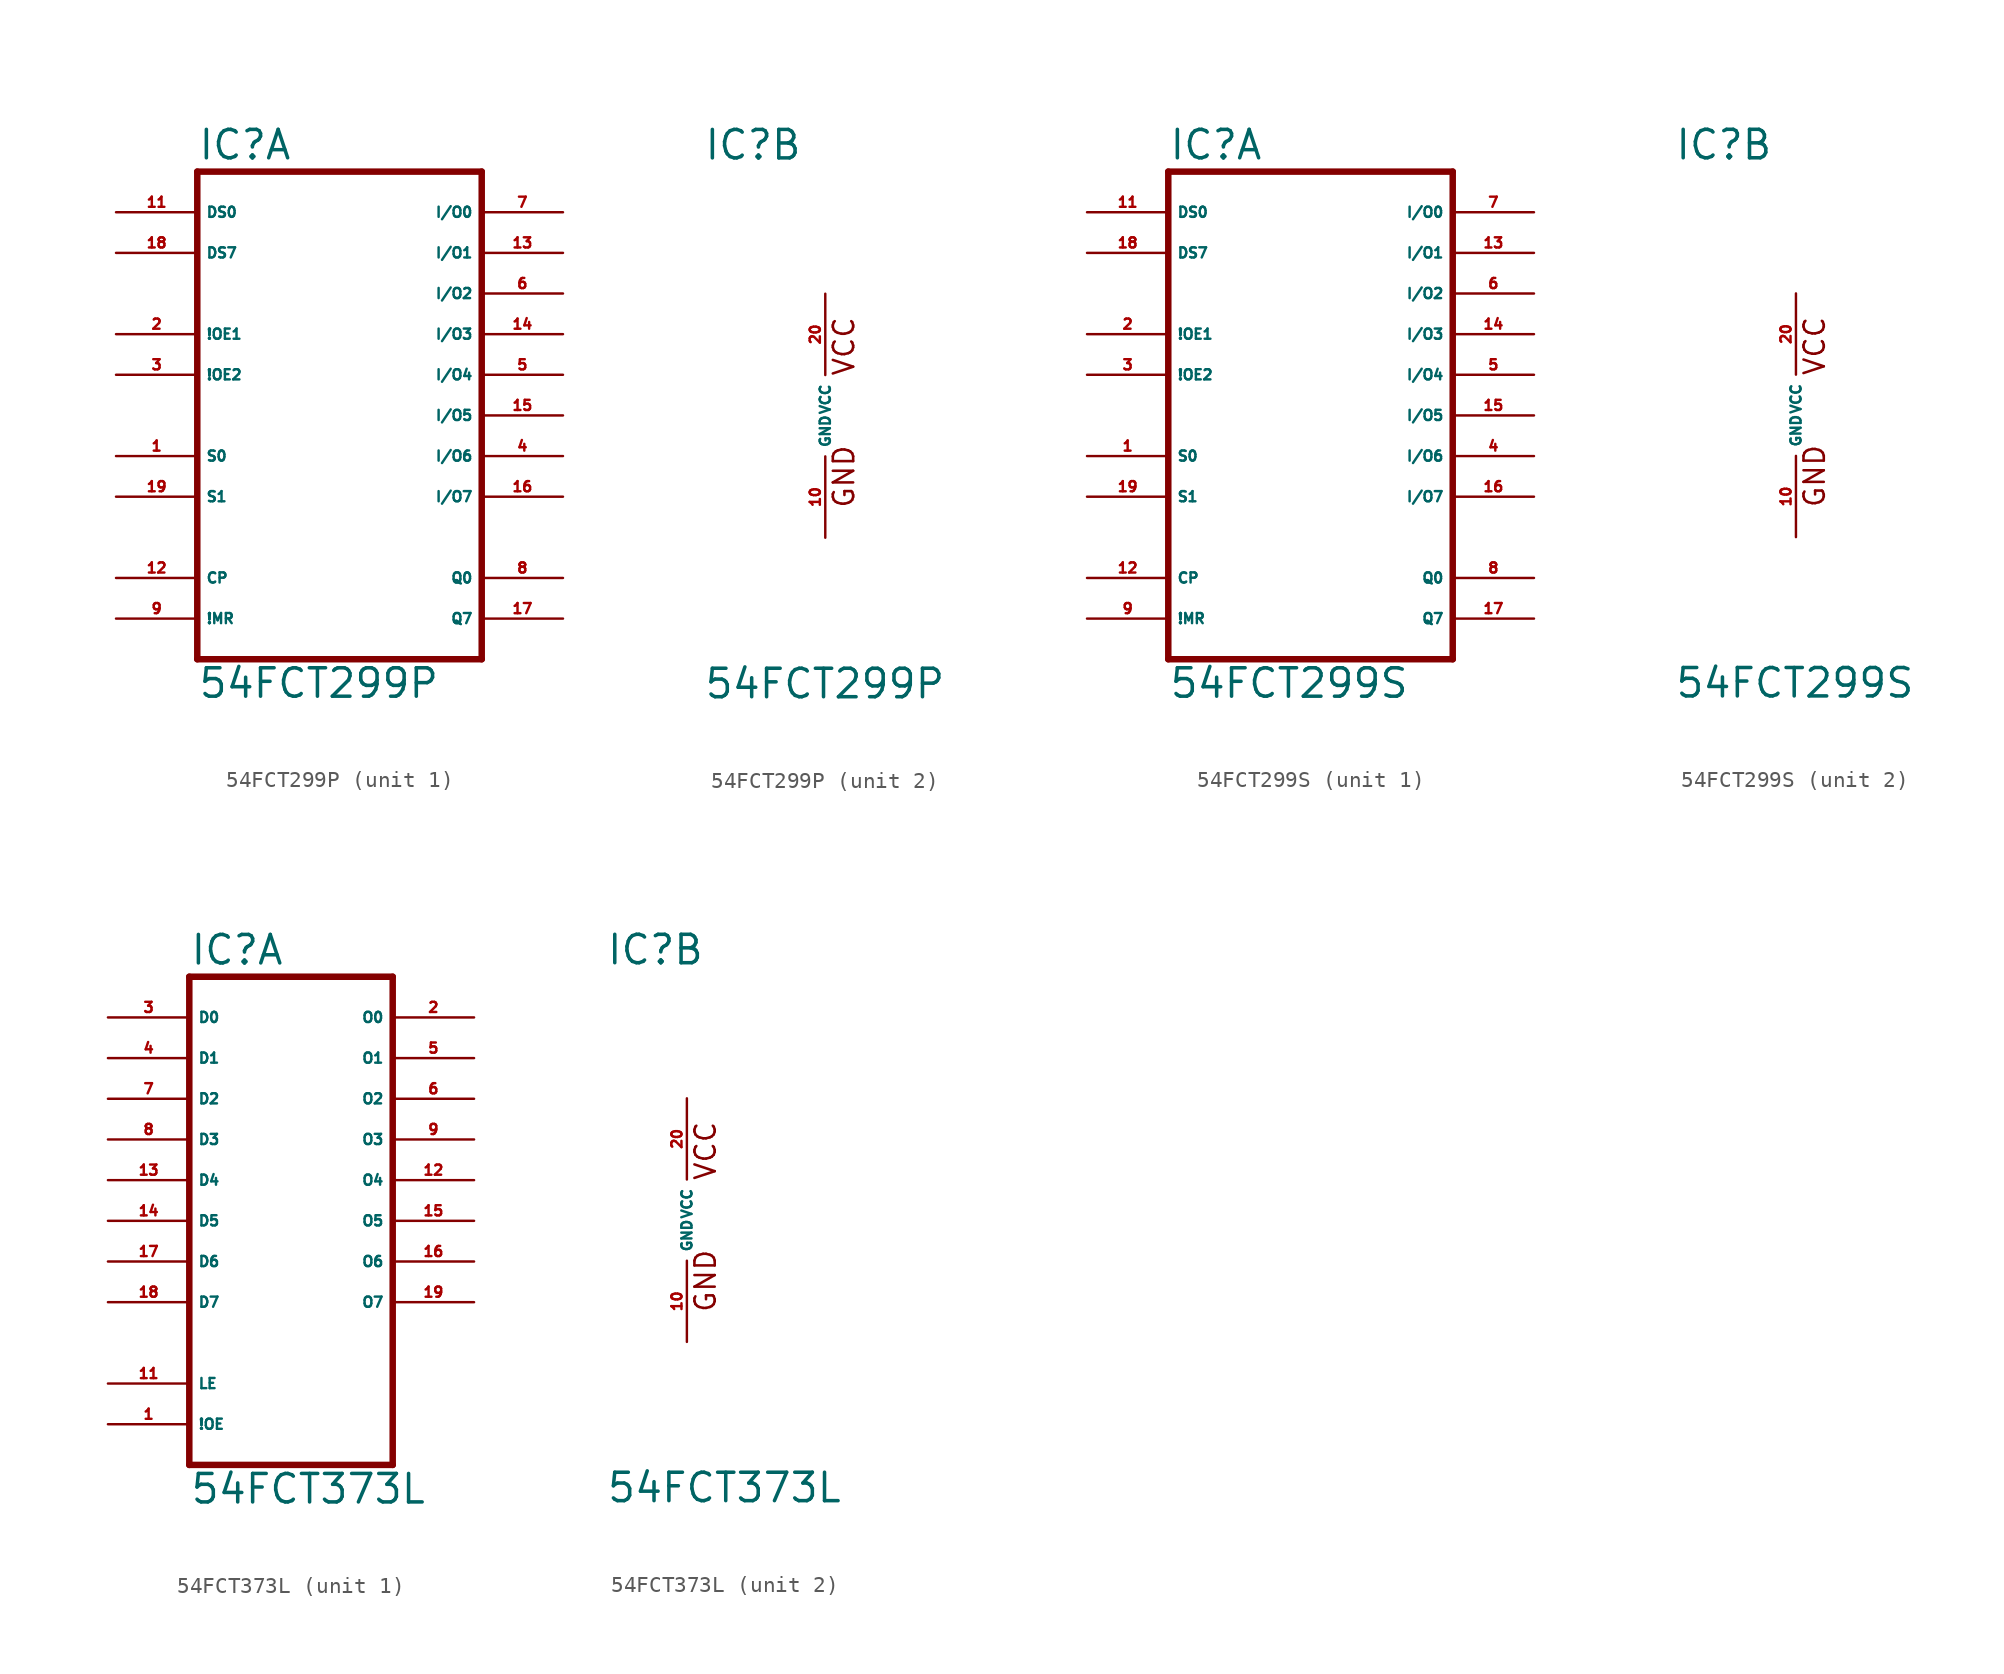
<source format=kicad_sym>
(kicad_symbol_lib
  (version 20220914)
  (generator Eagle2Kicad)
  (symbol "54FCT299P"
    (property "Reference" "IC"
      (at -7.62 15.875 0)
      (effects (font (size 1.778 1.778) (thickness 0.22)) (justify left bottom)))
    (property "Value" "54FCT299P"
      (at -7.62 -17.78 0)
      (effects (font (size 1.778 1.778) (thickness 0.22)) (justify left bottom)))
    (symbol "54FCT299P_1_0"
      (polyline (pts (xy -7.62 -15.24) (xy 10.16 -15.24)) (stroke (width 0.406) (type default)) (fill (type none)))
      (polyline (pts (xy 10.16 -15.24) (xy 10.16 15.24)) (stroke (width 0.406) (type default)) (fill (type none)))
      (polyline (pts (xy 10.16 15.24) (xy -7.62 15.24)) (stroke (width 0.406) (type default)) (fill (type none)))
      (polyline (pts (xy -7.62 15.24) (xy -7.62 -15.24)) (stroke (width 0.406) (type default)) (fill (type none)))
      (pin bidirectional line (at 15.24 -5.08 180) (length 5.08) (name "I/O7" (effects (font (size 0.635 0.635) (thickness 0.08)) (justify left bottom))) (number "16" (effects (font (size 0.635 0.635) (thickness 0.08)) (justify left bottom))))
      (pin bidirectional line (at 15.24 -2.54 180) (length 5.08) (name "I/O6" (effects (font (size 0.635 0.635) (thickness 0.08)) (justify left bottom))) (number "4" (effects (font (size 0.635 0.635) (thickness 0.08)) (justify left bottom))))
      (pin bidirectional line (at 15.24 0 180) (length 5.08) (name "I/O5" (effects (font (size 0.635 0.635) (thickness 0.08)) (justify left bottom))) (number "15" (effects (font (size 0.635 0.635) (thickness 0.08)) (justify left bottom))))
      (pin bidirectional line (at 15.24 2.54 180) (length 5.08) (name "I/O4" (effects (font (size 0.635 0.635) (thickness 0.08)) (justify left bottom))) (number "5" (effects (font (size 0.635 0.635) (thickness 0.08)) (justify left bottom))))
      (pin bidirectional line (at 15.24 5.08 180) (length 5.08) (name "I/O3" (effects (font (size 0.635 0.635) (thickness 0.08)) (justify left bottom))) (number "14" (effects (font (size 0.635 0.635) (thickness 0.08)) (justify left bottom))))
      (pin bidirectional line (at 15.24 7.62 180) (length 5.08) (name "I/O2" (effects (font (size 0.635 0.635) (thickness 0.08)) (justify left bottom))) (number "6" (effects (font (size 0.635 0.635) (thickness 0.08)) (justify left bottom))))
      (pin bidirectional line (at 15.24 10.16 180) (length 5.08) (name "I/O1" (effects (font (size 0.635 0.635) (thickness 0.08)) (justify left bottom))) (number "13" (effects (font (size 0.635 0.635) (thickness 0.08)) (justify left bottom))))
      (pin bidirectional line (at 15.24 12.7 180) (length 5.08) (name "I/O0" (effects (font (size 0.635 0.635) (thickness 0.08)) (justify left bottom))) (number "7" (effects (font (size 0.635 0.635) (thickness 0.08)) (justify left bottom))))
      (pin bidirectional line (at -12.7 12.7 0) (length 5.08) (name "DS0" (effects (font (size 0.635 0.635) (thickness 0.08)) (justify left bottom))) (number "11" (effects (font (size 0.635 0.635) (thickness 0.08)) (justify left bottom))))
      (pin bidirectional line (at -12.7 10.16 0) (length 5.08) (name "DS7" (effects (font (size 0.635 0.635) (thickness 0.08)) (justify left bottom))) (number "18" (effects (font (size 0.635 0.635) (thickness 0.08)) (justify left bottom))))
      (pin bidirectional line (at -12.7 5.08 0) (length 5.08) (name "!OE1" (effects (font (size 0.635 0.635) (thickness 0.08)) (justify left bottom))) (number "2" (effects (font (size 0.635 0.635) (thickness 0.08)) (justify left bottom))))
      (pin bidirectional line (at -12.7 2.54 0) (length 5.08) (name "!OE2" (effects (font (size 0.635 0.635) (thickness 0.08)) (justify left bottom))) (number "3" (effects (font (size 0.635 0.635) (thickness 0.08)) (justify left bottom))))
      (pin bidirectional line (at -12.7 -2.54 0) (length 5.08) (name "S0" (effects (font (size 0.635 0.635) (thickness 0.08)) (justify left bottom))) (number "1" (effects (font (size 0.635 0.635) (thickness 0.08)) (justify left bottom))))
      (pin bidirectional line (at -12.7 -5.08 0) (length 5.08) (name "S1" (effects (font (size 0.635 0.635) (thickness 0.08)) (justify left bottom))) (number "19" (effects (font (size 0.635 0.635) (thickness 0.08)) (justify left bottom))))
      (pin bidirectional line (at -12.7 -10.16 0) (length 5.08) (name "CP" (effects (font (size 0.635 0.635) (thickness 0.08)) (justify left bottom))) (number "12" (effects (font (size 0.635 0.635) (thickness 0.08)) (justify left bottom))))
      (pin bidirectional line (at -12.7 -12.7 0) (length 5.08) (name "!MR" (effects (font (size 0.635 0.635) (thickness 0.08)) (justify left bottom))) (number "9" (effects (font (size 0.635 0.635) (thickness 0.08)) (justify left bottom))))
      (pin output line (at 15.24 -10.16 180) (length 5.08) (name "Q0" (effects (font (size 0.635 0.635) (thickness 0.08)) (justify left bottom))) (number "8" (effects (font (size 0.635 0.635) (thickness 0.08)) (justify left bottom))))
      (pin output line (at 15.24 -12.7 180) (length 5.08) (name "Q7" (effects (font (size 0.635 0.635) (thickness 0.08)) (justify left bottom))) (number "17" (effects (font (size 0.635 0.635) (thickness 0.08)) (justify left bottom)))))
    (symbol "54FCT299P_2_0"
      (text "GND" (at 1.905 -5.842 900) (effects (font (size 1.27 1.27) (thickness 0.16)) (justify left bottom)))
      (text "VCC" (at 1.905 2.413 900) (effects (font (size 1.27 1.27) (thickness 0.16)) (justify left bottom)))
      (pin unspecified line (at 0 7.62 270) (length 5.08) (name "VCC" (effects (font (size 0.635 0.635) (thickness 0.08)) (justify left bottom))) (number "20" (effects (font (size 0.635 0.635) (thickness 0.08)) (justify left bottom))))
      (pin unspecified line (at 0 -7.62 90) (length 5.08) (name "GND" (effects (font (size 0.635 0.635) (thickness 0.08)) (justify left bottom))) (number "10" (effects (font (size 0.635 0.635) (thickness 0.08)) (justify left bottom))))))
  (symbol "54FCT299S"
    (property "Reference" "IC"
      (at -7.62 15.875 0)
      (effects (font (size 1.778 1.778) (thickness 0.22)) (justify left bottom)))
    (property "Value" "54FCT299S"
      (at -7.62 -17.78 0)
      (effects (font (size 1.778 1.778) (thickness 0.22)) (justify left bottom)))
    (symbol "54FCT299S_1_0"
      (polyline (pts (xy -7.62 -15.24) (xy 10.16 -15.24)) (stroke (width 0.406) (type default)) (fill (type none)))
      (polyline (pts (xy 10.16 -15.24) (xy 10.16 15.24)) (stroke (width 0.406) (type default)) (fill (type none)))
      (polyline (pts (xy 10.16 15.24) (xy -7.62 15.24)) (stroke (width 0.406) (type default)) (fill (type none)))
      (polyline (pts (xy -7.62 15.24) (xy -7.62 -15.24)) (stroke (width 0.406) (type default)) (fill (type none)))
      (pin bidirectional line (at 15.24 -5.08 180) (length 5.08) (name "I/O7" (effects (font (size 0.635 0.635) (thickness 0.08)) (justify left bottom))) (number "16" (effects (font (size 0.635 0.635) (thickness 0.08)) (justify left bottom))))
      (pin bidirectional line (at 15.24 -2.54 180) (length 5.08) (name "I/O6" (effects (font (size 0.635 0.635) (thickness 0.08)) (justify left bottom))) (number "4" (effects (font (size 0.635 0.635) (thickness 0.08)) (justify left bottom))))
      (pin bidirectional line (at 15.24 0 180) (length 5.08) (name "I/O5" (effects (font (size 0.635 0.635) (thickness 0.08)) (justify left bottom))) (number "15" (effects (font (size 0.635 0.635) (thickness 0.08)) (justify left bottom))))
      (pin bidirectional line (at 15.24 2.54 180) (length 5.08) (name "I/O4" (effects (font (size 0.635 0.635) (thickness 0.08)) (justify left bottom))) (number "5" (effects (font (size 0.635 0.635) (thickness 0.08)) (justify left bottom))))
      (pin bidirectional line (at 15.24 5.08 180) (length 5.08) (name "I/O3" (effects (font (size 0.635 0.635) (thickness 0.08)) (justify left bottom))) (number "14" (effects (font (size 0.635 0.635) (thickness 0.08)) (justify left bottom))))
      (pin bidirectional line (at 15.24 7.62 180) (length 5.08) (name "I/O2" (effects (font (size 0.635 0.635) (thickness 0.08)) (justify left bottom))) (number "6" (effects (font (size 0.635 0.635) (thickness 0.08)) (justify left bottom))))
      (pin bidirectional line (at 15.24 10.16 180) (length 5.08) (name "I/O1" (effects (font (size 0.635 0.635) (thickness 0.08)) (justify left bottom))) (number "13" (effects (font (size 0.635 0.635) (thickness 0.08)) (justify left bottom))))
      (pin bidirectional line (at 15.24 12.7 180) (length 5.08) (name "I/O0" (effects (font (size 0.635 0.635) (thickness 0.08)) (justify left bottom))) (number "7" (effects (font (size 0.635 0.635) (thickness 0.08)) (justify left bottom))))
      (pin bidirectional line (at -12.7 12.7 0) (length 5.08) (name "DS0" (effects (font (size 0.635 0.635) (thickness 0.08)) (justify left bottom))) (number "11" (effects (font (size 0.635 0.635) (thickness 0.08)) (justify left bottom))))
      (pin bidirectional line (at -12.7 10.16 0) (length 5.08) (name "DS7" (effects (font (size 0.635 0.635) (thickness 0.08)) (justify left bottom))) (number "18" (effects (font (size 0.635 0.635) (thickness 0.08)) (justify left bottom))))
      (pin bidirectional line (at -12.7 5.08 0) (length 5.08) (name "!OE1" (effects (font (size 0.635 0.635) (thickness 0.08)) (justify left bottom))) (number "2" (effects (font (size 0.635 0.635) (thickness 0.08)) (justify left bottom))))
      (pin bidirectional line (at -12.7 2.54 0) (length 5.08) (name "!OE2" (effects (font (size 0.635 0.635) (thickness 0.08)) (justify left bottom))) (number "3" (effects (font (size 0.635 0.635) (thickness 0.08)) (justify left bottom))))
      (pin bidirectional line (at -12.7 -2.54 0) (length 5.08) (name "S0" (effects (font (size 0.635 0.635) (thickness 0.08)) (justify left bottom))) (number "1" (effects (font (size 0.635 0.635) (thickness 0.08)) (justify left bottom))))
      (pin bidirectional line (at -12.7 -5.08 0) (length 5.08) (name "S1" (effects (font (size 0.635 0.635) (thickness 0.08)) (justify left bottom))) (number "19" (effects (font (size 0.635 0.635) (thickness 0.08)) (justify left bottom))))
      (pin bidirectional line (at -12.7 -10.16 0) (length 5.08) (name "CP" (effects (font (size 0.635 0.635) (thickness 0.08)) (justify left bottom))) (number "12" (effects (font (size 0.635 0.635) (thickness 0.08)) (justify left bottom))))
      (pin bidirectional line (at -12.7 -12.7 0) (length 5.08) (name "!MR" (effects (font (size 0.635 0.635) (thickness 0.08)) (justify left bottom))) (number "9" (effects (font (size 0.635 0.635) (thickness 0.08)) (justify left bottom))))
      (pin output line (at 15.24 -10.16 180) (length 5.08) (name "Q0" (effects (font (size 0.635 0.635) (thickness 0.08)) (justify left bottom))) (number "8" (effects (font (size 0.635 0.635) (thickness 0.08)) (justify left bottom))))
      (pin output line (at 15.24 -12.7 180) (length 5.08) (name "Q7" (effects (font (size 0.635 0.635) (thickness 0.08)) (justify left bottom))) (number "17" (effects (font (size 0.635 0.635) (thickness 0.08)) (justify left bottom)))))
    (symbol "54FCT299S_2_0"
      (text "GND" (at 1.905 -5.842 900) (effects (font (size 1.27 1.27) (thickness 0.16)) (justify left bottom)))
      (text "VCC" (at 1.905 2.413 900) (effects (font (size 1.27 1.27) (thickness 0.16)) (justify left bottom)))
      (pin unspecified line (at 0 7.62 270) (length 5.08) (name "VCC" (effects (font (size 0.635 0.635) (thickness 0.08)) (justify left bottom))) (number "20" (effects (font (size 0.635 0.635) (thickness 0.08)) (justify left bottom))))
      (pin unspecified line (at 0 -7.62 90) (length 5.08) (name "GND" (effects (font (size 0.635 0.635) (thickness 0.08)) (justify left bottom))) (number "10" (effects (font (size 0.635 0.635) (thickness 0.08)) (justify left bottom))))))
  (symbol "54FCT373L"
    (property "Reference" "IC"
      (at -5.08 15.875 0)
      (effects (font (size 1.778 1.778) (thickness 0.22)) (justify left bottom)))
    (property "Value" "54FCT373L"
      (at -5.08 -17.78 0)
      (effects (font (size 1.778 1.778) (thickness 0.22)) (justify left bottom)))
    (symbol "54FCT373L_1_0"
      (polyline (pts (xy -5.08 -15.24) (xy 7.62 -15.24)) (stroke (width 0.406) (type default)) (fill (type none)))
      (polyline (pts (xy 7.62 -15.24) (xy 7.62 15.24)) (stroke (width 0.406) (type default)) (fill (type none)))
      (polyline (pts (xy 7.62 15.24) (xy -5.08 15.24)) (stroke (width 0.406) (type default)) (fill (type none)))
      (polyline (pts (xy -5.08 15.24) (xy -5.08 -15.24)) (stroke (width 0.406) (type default)) (fill (type none)))
      (pin input line (at -10.16 12.7 0) (length 5.08) (name "D0" (effects (font (size 0.635 0.635) (thickness 0.08)) (justify left bottom))) (number "3" (effects (font (size 0.635 0.635) (thickness 0.08)) (justify left bottom))))
      (pin input line (at -10.16 10.16 0) (length 5.08) (name "D1" (effects (font (size 0.635 0.635) (thickness 0.08)) (justify left bottom))) (number "4" (effects (font (size 0.635 0.635) (thickness 0.08)) (justify left bottom))))
      (pin input line (at -10.16 7.62 0) (length 5.08) (name "D2" (effects (font (size 0.635 0.635) (thickness 0.08)) (justify left bottom))) (number "7" (effects (font (size 0.635 0.635) (thickness 0.08)) (justify left bottom))))
      (pin input line (at -10.16 5.08 0) (length 5.08) (name "D3" (effects (font (size 0.635 0.635) (thickness 0.08)) (justify left bottom))) (number "8" (effects (font (size 0.635 0.635) (thickness 0.08)) (justify left bottom))))
      (pin input line (at -10.16 2.54 0) (length 5.08) (name "D4" (effects (font (size 0.635 0.635) (thickness 0.08)) (justify left bottom))) (number "13" (effects (font (size 0.635 0.635) (thickness 0.08)) (justify left bottom))))
      (pin input line (at -10.16 0 0) (length 5.08) (name "D5" (effects (font (size 0.635 0.635) (thickness 0.08)) (justify left bottom))) (number "14" (effects (font (size 0.635 0.635) (thickness 0.08)) (justify left bottom))))
      (pin input line (at -10.16 -2.54 0) (length 5.08) (name "D6" (effects (font (size 0.635 0.635) (thickness 0.08)) (justify left bottom))) (number "17" (effects (font (size 0.635 0.635) (thickness 0.08)) (justify left bottom))))
      (pin input line (at -10.16 -5.08 0) (length 5.08) (name "D7" (effects (font (size 0.635 0.635) (thickness 0.08)) (justify left bottom))) (number "18" (effects (font (size 0.635 0.635) (thickness 0.08)) (justify left bottom))))
      (pin input line (at -10.16 -10.16 0) (length 5.08) (name "LE" (effects (font (size 0.635 0.635) (thickness 0.08)) (justify left bottom))) (number "11" (effects (font (size 0.635 0.635) (thickness 0.08)) (justify left bottom))))
      (pin input line (at -10.16 -12.7 0) (length 5.08) (name "!OE" (effects (font (size 0.635 0.635) (thickness 0.08)) (justify left bottom))) (number "1" (effects (font (size 0.635 0.635) (thickness 0.08)) (justify left bottom))))
      (pin output line (at 12.7 12.7 180) (length 5.08) (name "O0" (effects (font (size 0.635 0.635) (thickness 0.08)) (justify left bottom))) (number "2" (effects (font (size 0.635 0.635) (thickness 0.08)) (justify left bottom))))
      (pin output line (at 12.7 10.16 180) (length 5.08) (name "O1" (effects (font (size 0.635 0.635) (thickness 0.08)) (justify left bottom))) (number "5" (effects (font (size 0.635 0.635) (thickness 0.08)) (justify left bottom))))
      (pin output line (at 12.7 7.62 180) (length 5.08) (name "O2" (effects (font (size 0.635 0.635) (thickness 0.08)) (justify left bottom))) (number "6" (effects (font (size 0.635 0.635) (thickness 0.08)) (justify left bottom))))
      (pin output line (at 12.7 5.08 180) (length 5.08) (name "O3" (effects (font (size 0.635 0.635) (thickness 0.08)) (justify left bottom))) (number "9" (effects (font (size 0.635 0.635) (thickness 0.08)) (justify left bottom))))
      (pin output line (at 12.7 2.54 180) (length 5.08) (name "O4" (effects (font (size 0.635 0.635) (thickness 0.08)) (justify left bottom))) (number "12" (effects (font (size 0.635 0.635) (thickness 0.08)) (justify left bottom))))
      (pin output line (at 12.7 0 180) (length 5.08) (name "O5" (effects (font (size 0.635 0.635) (thickness 0.08)) (justify left bottom))) (number "15" (effects (font (size 0.635 0.635) (thickness 0.08)) (justify left bottom))))
      (pin output line (at 12.7 -2.54 180) (length 5.08) (name "O6" (effects (font (size 0.635 0.635) (thickness 0.08)) (justify left bottom))) (number "16" (effects (font (size 0.635 0.635) (thickness 0.08)) (justify left bottom))))
      (pin output line (at 12.7 -5.08 180) (length 5.08) (name "O7" (effects (font (size 0.635 0.635) (thickness 0.08)) (justify left bottom))) (number "19" (effects (font (size 0.635 0.635) (thickness 0.08)) (justify left bottom)))))
    (symbol "54FCT373L_2_0"
      (text "GND" (at 1.905 -5.842 900) (effects (font (size 1.27 1.27) (thickness 0.16)) (justify left bottom)))
      (text "VCC" (at 1.905 2.413 900) (effects (font (size 1.27 1.27) (thickness 0.16)) (justify left bottom)))
      (pin unspecified line (at 0 7.62 270) (length 5.08) (name "VCC" (effects (font (size 0.635 0.635) (thickness 0.08)) (justify left bottom))) (number "20" (effects (font (size 0.635 0.635) (thickness 0.08)) (justify left bottom))))
      (pin unspecified line (at 0 -7.62 90) (length 5.08) (name "GND" (effects (font (size 0.635 0.635) (thickness 0.08)) (justify left bottom))) (number "10" (effects (font (size 0.635 0.635) (thickness 0.08)) (justify left bottom)))))))
</source>
